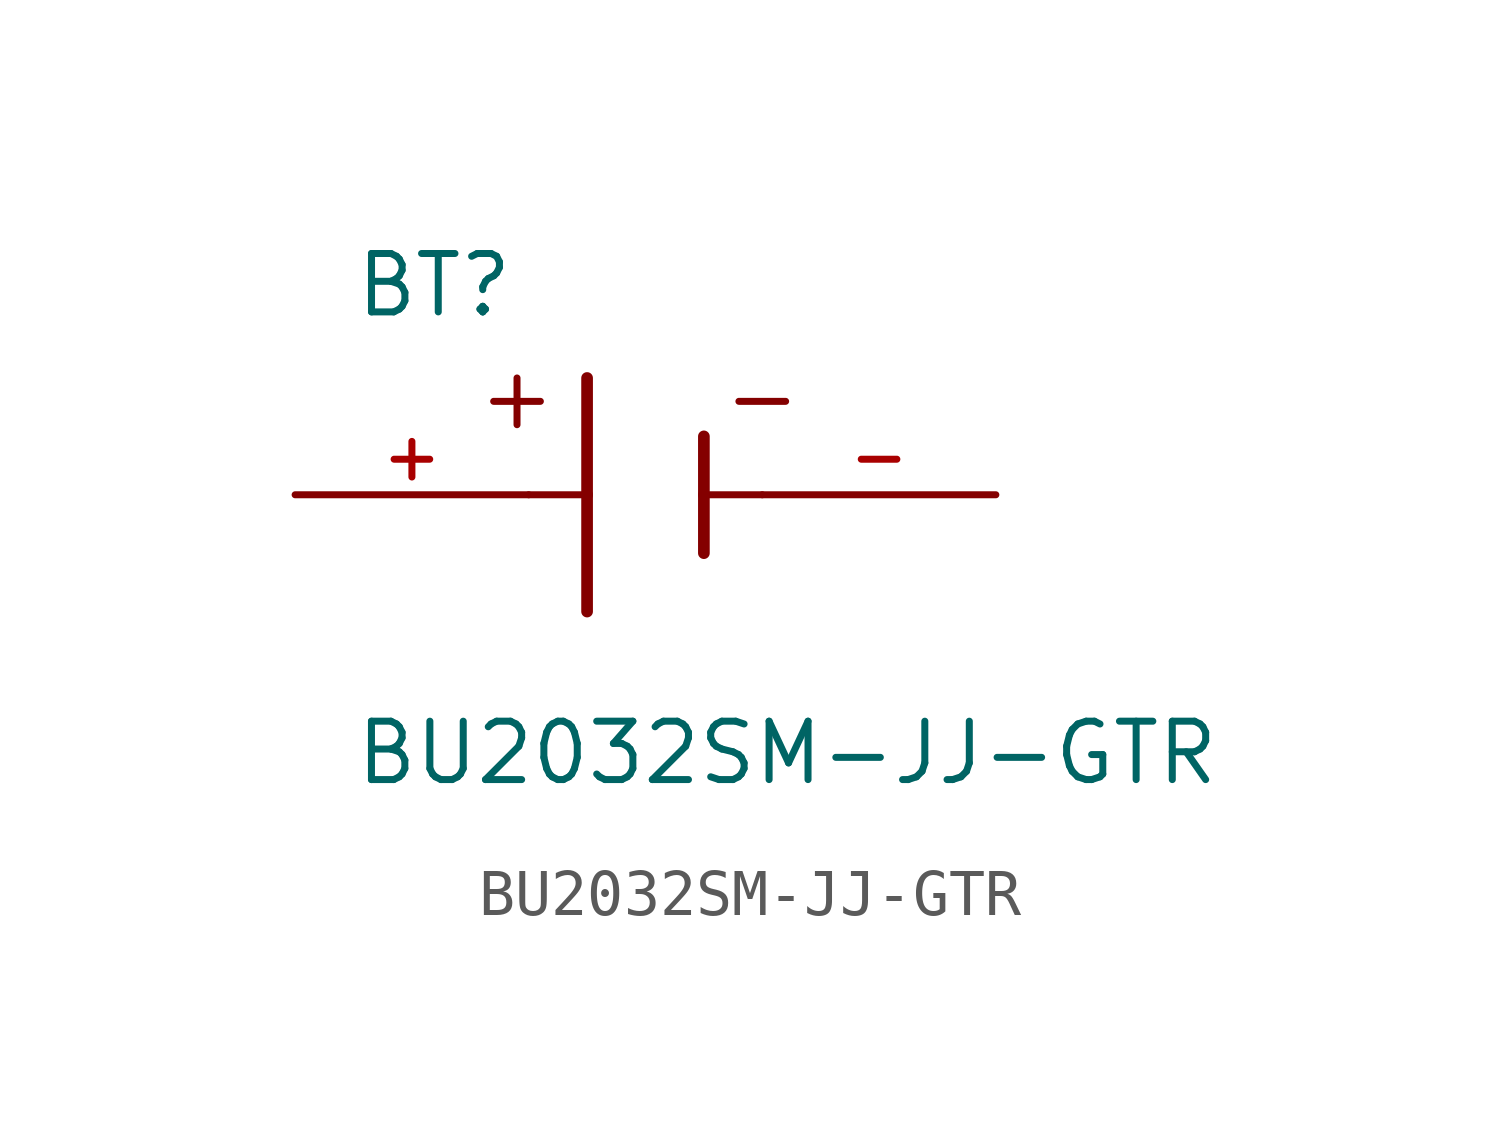
<source format=kicad_sym>
(kicad_symbol_lib
  (version 20211014)
  (generator kicad_symbol_editor)
  (symbol "BU2032SM-JJ-GTR"
    (pin_names
      (offset 1.016))
    (property "Reference" "BT"
      (at -6.361 3.814 0)
      (effects (font (size 1.27 1.27)) (justify bottom left)))
    (property "Value" "BU2032SM-JJ-GTR"
      (at -6.362 -6.358 0)
      (effects (font (size 1.27 1.27)) (justify bottom left)))
    (symbol "BU2032SM-JJ-GTR_0_0"
      (polyline (pts (xy -1.27 2.54) (xy -1.27 0.0)) (stroke (width 0.254)))
      (polyline (pts (xy -1.27 0.0) (xy -1.27 -2.54)) (stroke (width 0.254)))
      (polyline (pts (xy 1.27 1.27) (xy 1.27 0.0)) (stroke (width 0.254)))
      (polyline (pts (xy 1.27 0.0) (xy 1.27 -1.27)) (stroke (width 0.254)))
      (polyline (pts (xy -2.54 0.0) (xy -1.27 0.0)) (stroke (width 0.152)))
      (polyline (pts (xy 1.27 0.0) (xy 2.54 0.0)) (stroke (width 0.152)))
      (polyline (pts (xy -2.794 2.54) (xy -2.794 1.524)) (stroke (width 0.152)))
      (polyline (pts (xy -3.302 2.032) (xy -2.286 2.032)) (stroke (width 0.152)))
      (polyline (pts (xy 2.032 2.032) (xy 3.048 2.032)) (stroke (width 0.152)))
      (pin passive line (at -7.62 0.0 0) (length 5.08) (name "~" (effects (font (size 1.016 1.016)))) (number "+" (effects (font (size 1.016 1.016)))))
      (pin passive line (at 7.62 0.0 180.0) (length 5.08) (name "~" (effects (font (size 1.016 1.016)))) (number "-" (effects (font (size 1.016 1.016))))))))
</source>
